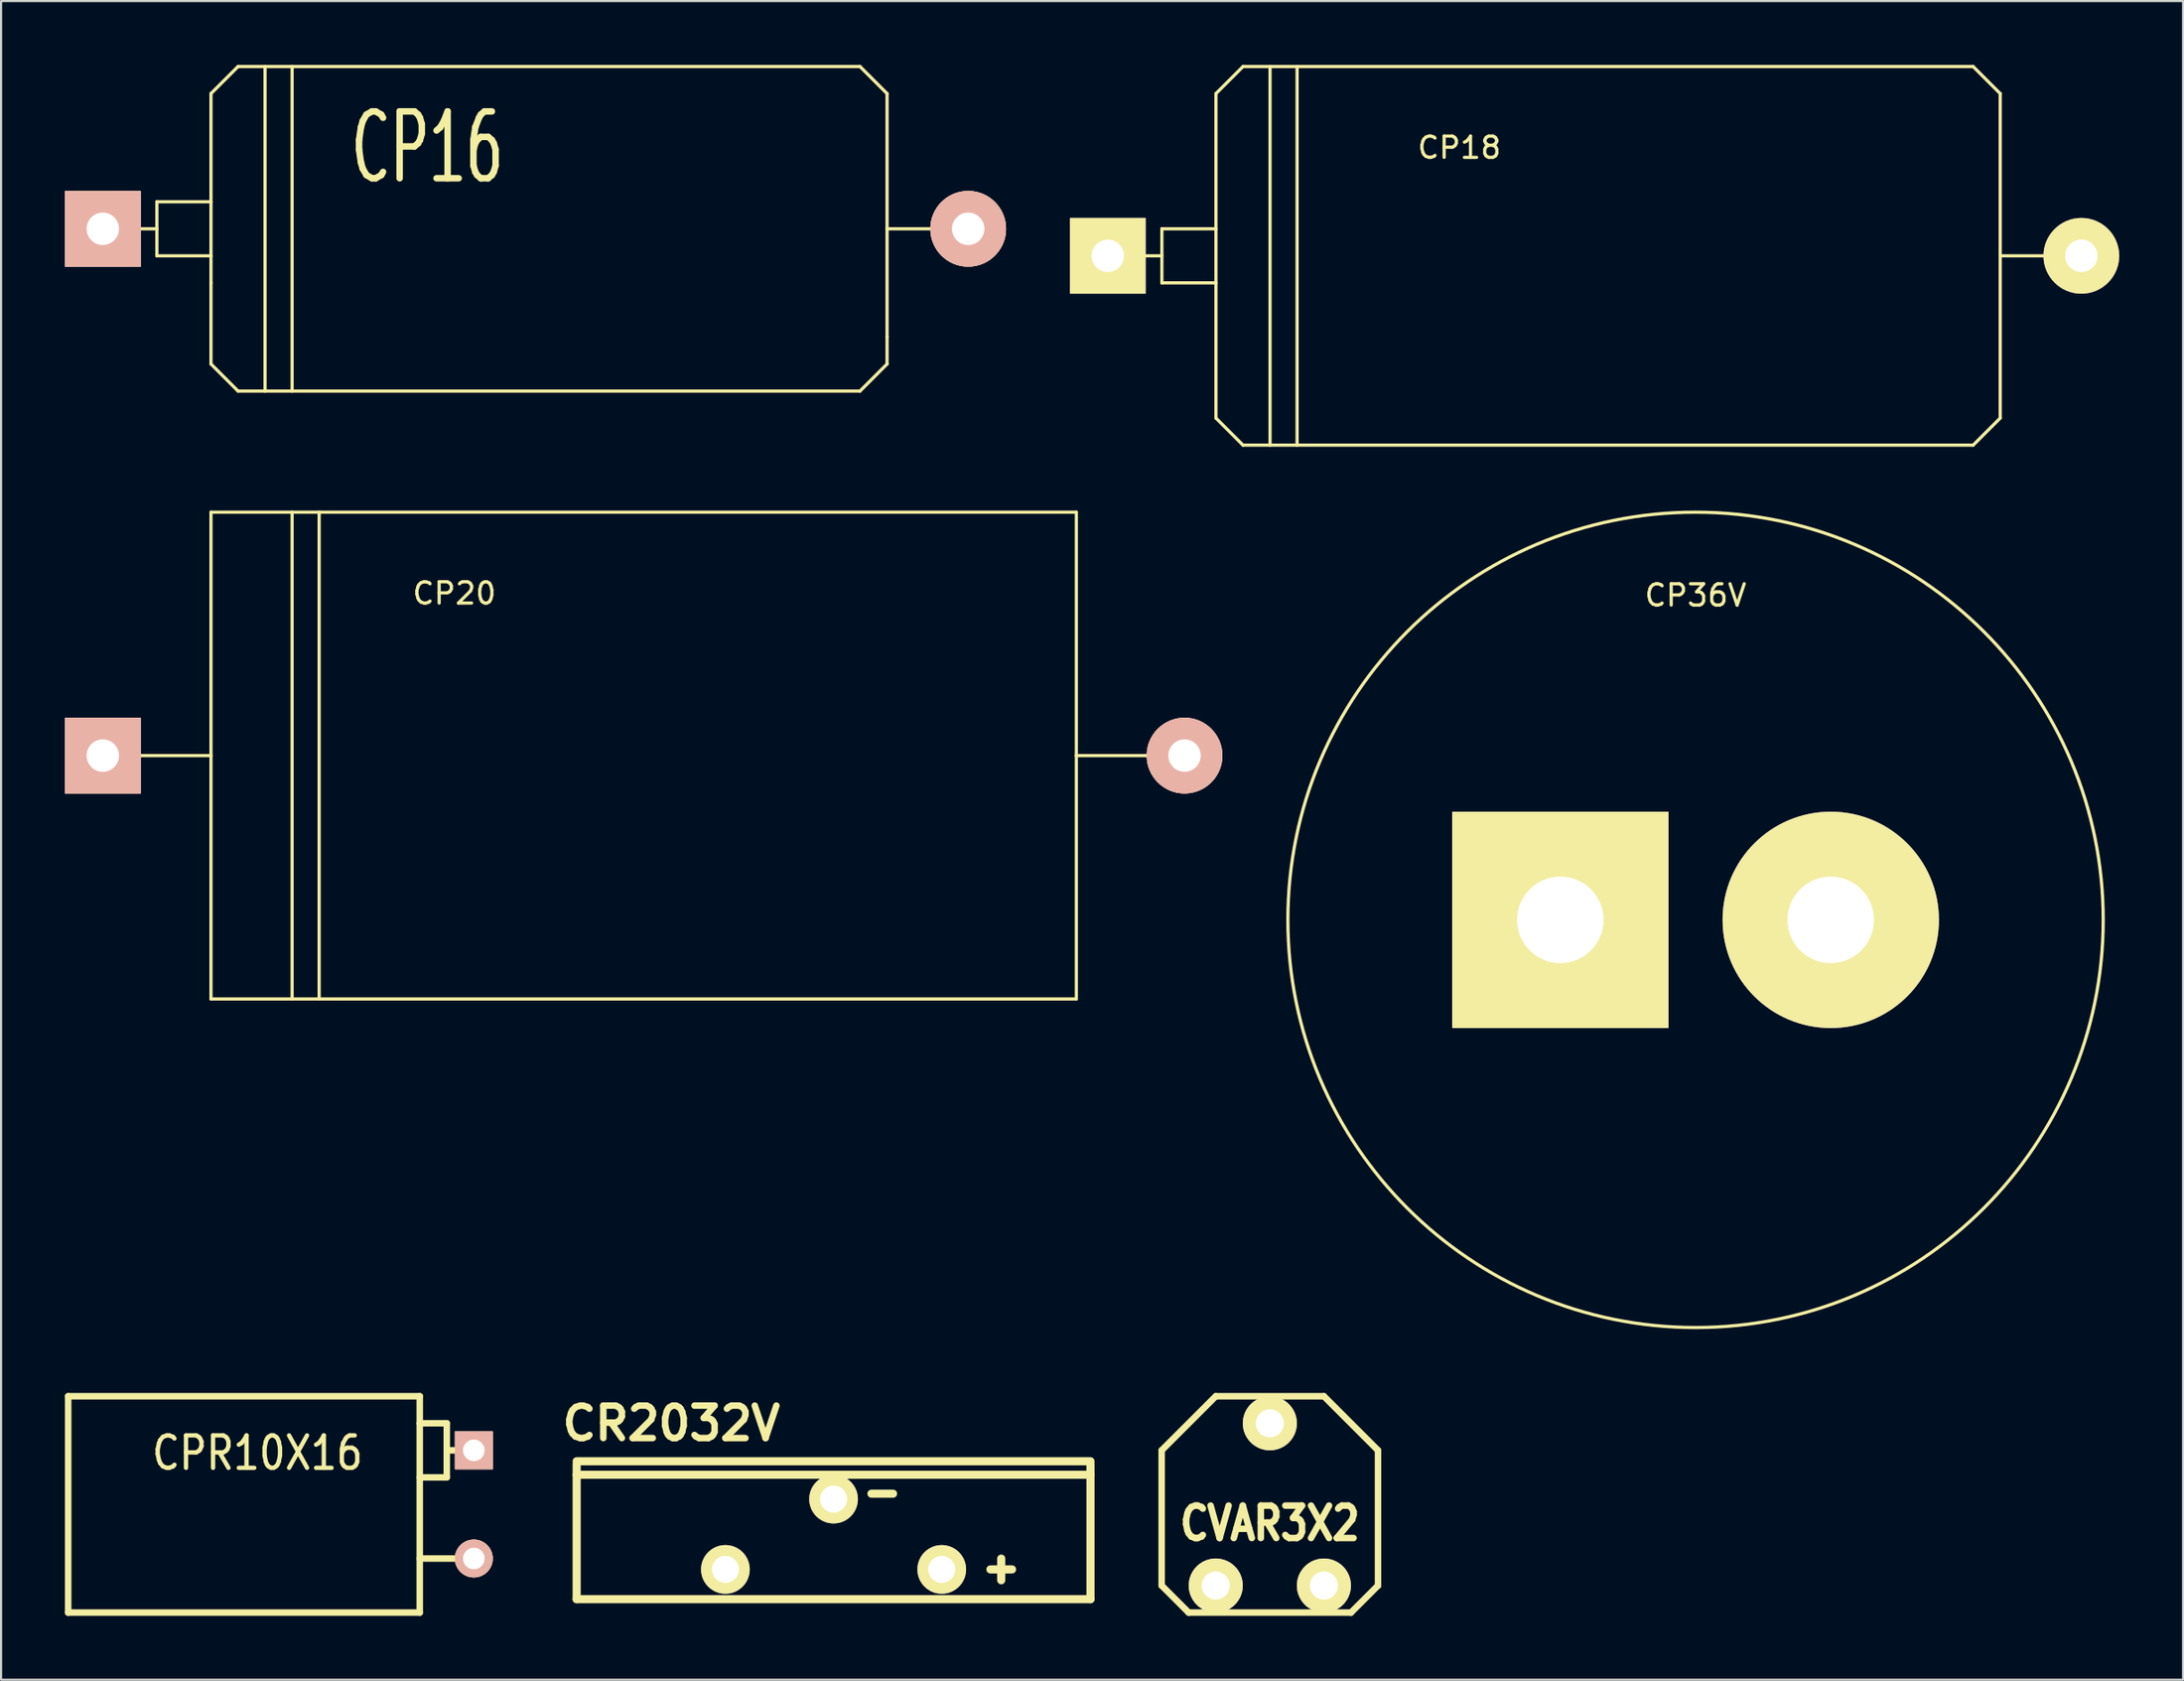
<source format=kicad_pcb>
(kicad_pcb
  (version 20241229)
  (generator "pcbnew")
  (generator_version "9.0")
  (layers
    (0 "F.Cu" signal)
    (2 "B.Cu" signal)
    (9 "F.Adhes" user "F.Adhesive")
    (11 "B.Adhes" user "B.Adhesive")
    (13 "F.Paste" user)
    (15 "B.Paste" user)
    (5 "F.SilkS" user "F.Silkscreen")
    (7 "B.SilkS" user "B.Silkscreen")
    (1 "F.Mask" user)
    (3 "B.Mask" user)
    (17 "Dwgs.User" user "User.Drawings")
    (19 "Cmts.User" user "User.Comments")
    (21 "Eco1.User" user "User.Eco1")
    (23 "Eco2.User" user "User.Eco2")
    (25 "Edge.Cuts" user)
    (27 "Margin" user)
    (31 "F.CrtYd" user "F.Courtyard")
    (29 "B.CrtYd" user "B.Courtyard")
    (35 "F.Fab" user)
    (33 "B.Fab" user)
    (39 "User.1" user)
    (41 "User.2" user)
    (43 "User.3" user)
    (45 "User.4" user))
  (footprint "CP16"
    (layer "F.Cu")
    (at 22.098 7.695)
    (property "Reference" "CP16" (at -5.08 -3.81 0) (layer "F.SilkS") (effects (font (size 3.139 1.819) (thickness 0.305))))
    (attr through_hole)
    (fp_line (start -17.78 -1.27) (end -17.78 1.27) (stroke (width 0.15) (type solid)) (layer "F.SilkS"))
    (fp_line (start -17.78 0) (end -20.32 0) (stroke (width 0.15) (type solid)) (layer "F.SilkS"))
    (fp_line (start -17.78 1.27) (end -15.24 1.27) (stroke (width 0.15) (type solid)) (layer "F.SilkS"))
    (fp_line (start -15.24 -6.35) (end -13.97 -7.62) (stroke (width 0.15) (type solid)) (layer "F.SilkS"))
    (fp_line (start -15.24 -1.27) (end -17.78 -1.27) (stroke (width 0.15) (type solid)) (layer "F.SilkS"))
    (fp_line (start -15.24 2.54) (end -15.24 -6.35) (stroke (width 0.15) (type solid)) (layer "F.SilkS"))
    (fp_line (start -15.24 6.35) (end -15.24 2.54) (stroke (width 0.15) (type solid)) (layer "F.SilkS"))
    (fp_line (start -13.97 7.62) (end -15.24 6.35) (stroke (width 0.15) (type solid)) (layer "F.SilkS"))
    (fp_line (start -12.7 7.62) (end -12.7 -7.62) (stroke (width 0.15) (type solid)) (layer "F.SilkS"))
    (fp_line (start -11.43 7.62) (end -11.43 -7.62) (stroke (width 0.15) (type solid)) (layer "F.SilkS"))
    (fp_line (start 15.24 -7.62) (end -13.97 -7.62) (stroke (width 0.15) (type solid)) (layer "F.SilkS"))
    (fp_line (start 15.24 7.62) (end -13.97 7.62) (stroke (width 0.15) (type solid)) (layer "F.SilkS"))
    (fp_line (start 16.51 -6.35) (end 15.24 -7.62) (stroke (width 0.15) (type solid)) (layer "F.SilkS"))
    (fp_line (start 16.51 5.08) (end 16.51 -6.35) (stroke (width 0.15) (type solid)) (layer "F.SilkS"))
    (fp_line (start 16.51 5.08) (end 16.51 6.35) (stroke (width 0.15) (type solid)) (layer "F.SilkS"))
    (fp_line (start 16.51 6.35) (end 15.24 7.62) (stroke (width 0.15) (type solid)) (layer "F.SilkS"))
    (fp_line (start 20.32 0) (end 16.51 0) (stroke (width 0.15) (type solid)) (layer "F.SilkS"))
    (pad "1" thru_hole rect (at -20.32 0) (size 3.556 3.556) (drill 1.524) (layers "*.Cu" "*.SilkS" "*.Mask"))
    (pad "2" thru_hole circle (at 20.32 0) (size 3.556 3.556) (drill 1.524) (layers "*.Cu" "*.SilkS" "*.Mask")))
  (footprint "CP36V"
    (layer "F.Cu")
    (at 76.576 40.15)
    (property "Reference" "CP36V" (at 0 -15.24 0) (layer "F.SilkS") (effects (font (size 1 1) (thickness 0.15))))
    (attr through_hole)
    (fp_circle (center 0 0) (end 19.05 1.905) (stroke (width 0.15) (type solid)) (fill no) (layer "F.SilkS"))
    (pad "1" thru_hole rect (at -6.35 0) (size 10.16 10.16) (drill 4.064) (layers "*.Cu" "*.Mask" "F.SilkS"))
    (pad "2" thru_hole circle (at 6.35 0) (size 10.16 10.16) (drill 4.064) (layers "*.Cu" "*.Mask" "F.SilkS")))
  (footprint "CVAR3X2"
    (layer "F.Cu")
    (at 56.584 67.602)
    (property "Reference" "CVAR3X2" (at 0 0.889 0) (layer "F.SilkS") (effects (font (size 1.524 1.27) (thickness 0.305))))
    (attr through_hole)
    (fp_line (start -5.08 -2.54) (end -5.08 3.81) (stroke (width 0.305) (type solid)) (layer "F.SilkS"))
    (fp_line (start -5.08 3.81) (end -3.81 5.08) (stroke (width 0.305) (type solid)) (layer "F.SilkS"))
    (fp_line (start -3.81 5.08) (end 3.81 5.08) (stroke (width 0.305) (type solid)) (layer "F.SilkS"))
    (fp_line (start -2.54 -5.08) (end -5.08 -2.54) (stroke (width 0.305) (type solid)) (layer "F.SilkS"))
    (fp_line (start 2.54 -5.08) (end -2.54 -5.08) (stroke (width 0.305) (type solid)) (layer "F.SilkS"))
    (fp_line (start 3.81 5.08) (end 5.08 3.81) (stroke (width 0.305) (type solid)) (layer "F.SilkS"))
    (fp_line (start 5.08 -2.54) (end 2.54 -5.08) (stroke (width 0.305) (type solid)) (layer "F.SilkS"))
    (fp_line (start 5.08 3.81) (end 5.08 -2.54) (stroke (width 0.305) (type solid)) (layer "F.SilkS"))
    (pad "1" thru_hole circle (at 0 -3.81) (size 2.54 2.54) (drill 1.321) (layers "*.Cu" "*.Mask" "F.SilkS"))
    (pad "2" thru_hole circle (at 2.54 3.81) (size 2.54 2.54) (drill 1.321) (layers "*.Cu" "*.Mask" "F.SilkS"))
    (pad "3" thru_hole circle (at -2.54 3.81) (size 2.54 2.54) (drill 1.321) (layers "*.Cu" "*.Mask" "F.SilkS")))
  (footprint "CP18"
    (layer "F.Cu")
    (at 71.834 8.965)
    (property "Reference" "CP18" (at -6.35 -5.08 0) (layer "F.SilkS") (effects (font (size 1 1) (thickness 0.15))))
    (attr through_hole)
    (fp_line (start -20.32 -1.27) (end -20.32 1.27) (stroke (width 0.15) (type solid)) (layer "F.SilkS"))
    (fp_line (start -20.32 0) (end -22.86 0) (stroke (width 0.15) (type solid)) (layer "F.SilkS"))
    (fp_line (start -20.32 1.27) (end -17.78 1.27) (stroke (width 0.15) (type solid)) (layer "F.SilkS"))
    (fp_line (start -17.78 -7.62) (end -17.78 7.62) (stroke (width 0.15) (type solid)) (layer "F.SilkS"))
    (fp_line (start -17.78 -7.62) (end -16.51 -8.89) (stroke (width 0.15) (type solid)) (layer "F.SilkS"))
    (fp_line (start -17.78 -1.27) (end -20.32 -1.27) (stroke (width 0.15) (type solid)) (layer "F.SilkS"))
    (fp_line (start -16.51 -8.89) (end 17.78 -8.89) (stroke (width 0.15) (type solid)) (layer "F.SilkS"))
    (fp_line (start -16.51 8.89) (end -17.78 7.62) (stroke (width 0.15) (type solid)) (layer "F.SilkS"))
    (fp_line (start -15.24 -8.89) (end -15.24 8.89) (stroke (width 0.15) (type solid)) (layer "F.SilkS"))
    (fp_line (start -13.97 -8.89) (end -13.97 8.89) (stroke (width 0.15) (type solid)) (layer "F.SilkS"))
    (fp_line (start 17.78 -8.89) (end 19.05 -7.62) (stroke (width 0.15) (type solid)) (layer "F.SilkS"))
    (fp_line (start 17.78 8.89) (end -16.51 8.89) (stroke (width 0.15) (type solid)) (layer "F.SilkS"))
    (fp_line (start 19.05 -7.62) (end 19.05 7.62) (stroke (width 0.15) (type solid)) (layer "F.SilkS"))
    (fp_line (start 19.05 0) (end 22.86 0) (stroke (width 0.15) (type solid)) (layer "F.SilkS"))
    (fp_line (start 19.05 7.62) (end 17.78 8.89) (stroke (width 0.15) (type solid)) (layer "F.SilkS"))
    (pad "1" thru_hole rect (at -22.86 0) (size 3.556 3.556) (drill 1.524) (layers "*.Cu" "*.Mask" "F.SilkS"))
    (pad "2" thru_hole circle (at 22.86 0) (size 3.556 3.556) (drill 1.524) (layers "*.Cu" "*.Mask" "F.SilkS")))
  (footprint "CR2032V"
    (layer "F.Cu")
    (at 36.096 68.876)
    (property "Reference" "CR2032V" (at -7.62 -5.08 0) (layer "F.SilkS") (effects (font (size 1.524 1.524) (thickness 0.305))))
    (attr through_hole)
    (fp_line (start -12.065 -3.302) (end 12.065 -3.302) (stroke (width 0.381) (type solid)) (layer "F.SilkS"))
    (fp_line (start -12.065 -3.175) (end -12.065 3.175) (stroke (width 0.381) (type solid)) (layer "F.SilkS"))
    (fp_line (start -12.065 3.175) (end 12.065 3.175) (stroke (width 0.381) (type solid)) (layer "F.SilkS"))
    (fp_line (start 1.778 -1.778) (end 2.794 -1.778) (stroke (width 0.381) (type solid)) (layer "F.SilkS"))
    (fp_line (start 7.366 1.778) (end 8.382 1.778) (stroke (width 0.381) (type solid)) (layer "F.SilkS"))
    (fp_line (start 7.874 2.286) (end 7.874 1.27) (stroke (width 0.381) (type solid)) (layer "F.SilkS"))
    (fp_line (start 12.065 -2.667) (end -12.065 -2.667) (stroke (width 0.381) (type solid)) (layer "F.SilkS"))
    (fp_line (start 12.065 3.175) (end 12.065 -3.175) (stroke (width 0.381) (type solid)) (layer "F.SilkS"))
    (pad "1" thru_hole circle (at -5.08 1.778) (size 2.286 2.286) (drill 1.27) (layers "*.Cu" "*.Mask" "F.SilkS"))
    (pad "1" thru_hole circle (at 5.08 1.778) (size 2.286 2.286) (drill 1.27) (layers "*.Cu" "*.Mask" "F.SilkS"))
    (pad "2" thru_hole circle (at 0 -1.524) (size 2.286 2.286) (drill 1.27) (layers "*.Cu" "*.Mask" "F.SilkS")))
  (footprint "CP20"
    (layer "F.Cu")
    (at 27.178 32.435)
    (property "Reference" "CP20" (at -8.89 -7.62 0) (layer "F.SilkS") (effects (font (size 1 1) (thickness 0.15))))
    (attr through_hole)
    (fp_line (start -25.4 0) (end -20.32 0) (stroke (width 0.15) (type solid)) (layer "F.SilkS"))
    (fp_line (start -20.32 -11.43) (end -20.32 11.43) (stroke (width 0.15) (type solid)) (layer "F.SilkS"))
    (fp_line (start -20.32 11.43) (end 20.32 11.43) (stroke (width 0.15) (type solid)) (layer "F.SilkS"))
    (fp_line (start -16.51 -11.43) (end -16.51 11.43) (stroke (width 0.15) (type solid)) (layer "F.SilkS"))
    (fp_line (start -15.24 11.43) (end -15.24 -11.43) (stroke (width 0.15) (type solid)) (layer "F.SilkS"))
    (fp_line (start 20.32 -11.43) (end -20.32 -11.43) (stroke (width 0.15) (type solid)) (layer "F.SilkS"))
    (fp_line (start 20.32 0) (end 20.32 -11.43) (stroke (width 0.15) (type solid)) (layer "F.SilkS"))
    (fp_line (start 20.32 11.43) (end 20.32 0) (stroke (width 0.15) (type solid)) (layer "F.SilkS"))
    (fp_line (start 25.4 0) (end 20.32 0) (stroke (width 0.15) (type solid)) (layer "F.SilkS"))
    (pad "1" thru_hole rect (at -25.4 0) (size 3.556 3.556) (drill 1.524) (layers "*.Cu" "*.SilkS" "*.Mask"))
    (pad "2" thru_hole circle (at 25.4 0) (size 3.556 3.556) (drill 1.524) (layers "*.Cu" "*.SilkS" "*.Mask")))
  (footprint "CPR10X16"
    (layer "F.Cu")
    (at 19.202 67.729)
    (property "Reference" "CPR10X16" (at -10.16 -2.54 0) (layer "F.SilkS") (effects (font (size 1.524 1.27) (thickness 0.203))))
    (attr through_hole)
    (fp_line (start -19.05 -5.207) (end -19.05 4.953) (stroke (width 0.305) (type solid)) (layer "F.SilkS"))
    (fp_line (start -19.05 4.953) (end -2.54 4.953) (stroke (width 0.305) (type solid)) (layer "F.SilkS"))
    (fp_line (start -2.54 -5.207) (end -19.05 -5.207) (stroke (width 0.305) (type solid)) (layer "F.SilkS"))
    (fp_line (start -2.54 -3.937) (end -1.27 -3.937) (stroke (width 0.305) (type solid)) (layer "F.SilkS"))
    (fp_line (start -2.54 2.413) (end 0 2.413) (stroke (width 0.305) (type solid)) (layer "F.SilkS"))
    (fp_line (start -2.54 4.953) (end -2.54 -5.207) (stroke (width 0.305) (type solid)) (layer "F.SilkS"))
    (fp_line (start -1.27 -3.937) (end -1.27 -1.397) (stroke (width 0.305) (type solid)) (layer "F.SilkS"))
    (fp_line (start -1.27 -2.667) (end 0 -2.667) (stroke (width 0.305) (type solid)) (layer "F.SilkS"))
    (fp_line (start -1.27 -1.397) (end -2.54 -1.397) (stroke (width 0.305) (type solid)) (layer "F.SilkS"))
    (pad "1" thru_hole rect (at 0 -2.667) (size 1.778 1.778) (drill 1.016) (layers "*.Cu" "*.SilkS" "*.Mask"))
    (pad "2" thru_hole circle (at 0 2.413) (size 1.778 1.778) (drill 1.016) (layers "*.Cu" "*.SilkS" "*.Mask")))
  (gr_rect
    (start -3 -3)
    (end 99.472 75.835)
    (stroke (width 0.1) (type default))
    (fill no)
    (layer "Edge.Cuts")))
</source>
